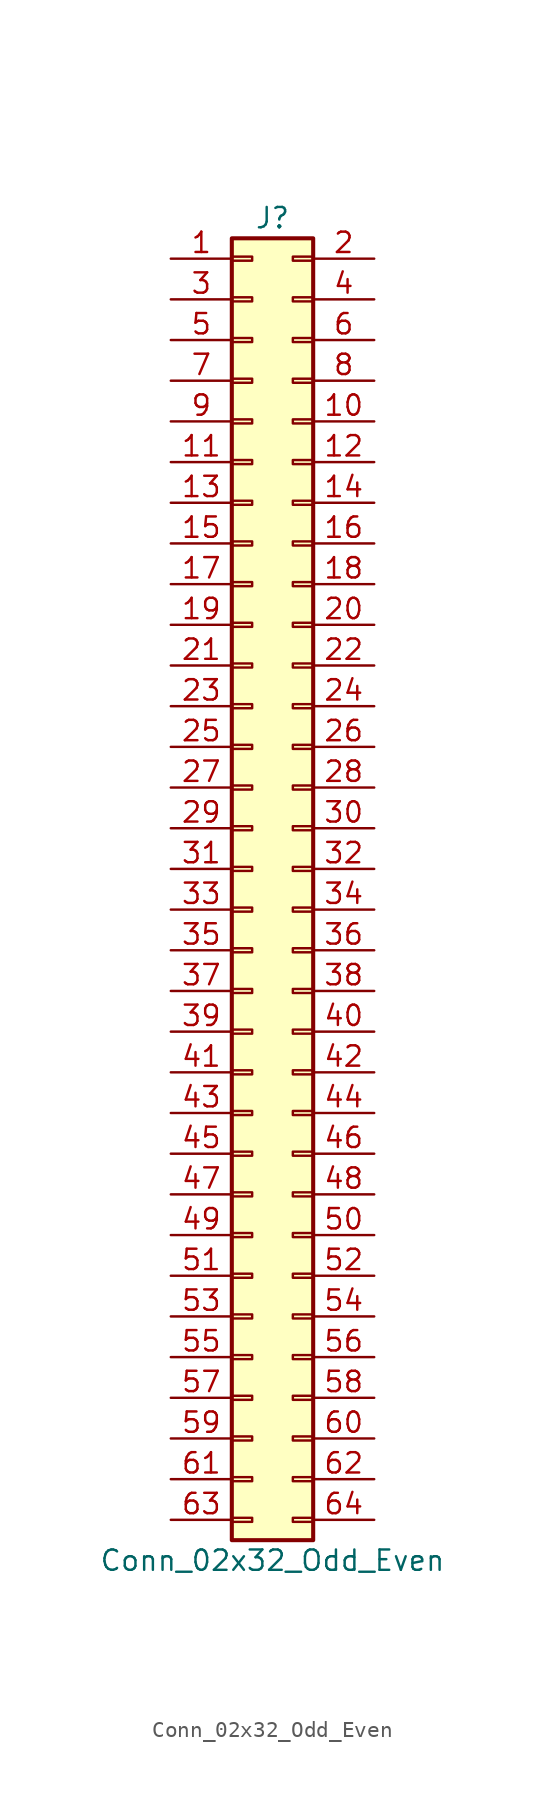
<source format=kicad_sym>
(kicad_symbol_lib
  (version 20201005)
  (generator kicad_symbol_editor)
  (symbol "Conn_02x32_Odd_Even"
    (pin_names
      (offset 1.016) hide)
    (property "Reference" "J"
      (at 1.27 40.64 0)
      (effects (font (size 1.27 1.27))))
    (property "Value" "Conn_02x32_Odd_Even"
      (at 1.27 -43.18 0)
      (effects (font (size 1.27 1.27))))
    (symbol "Conn_02x32_Odd_Even_1_1"
      (rectangle (start -1.27 -40.513) (end 0 -40.767) (stroke (width 0.152)) (fill (type none)))
      (rectangle (start -1.27 -37.973) (end 0 -38.227) (stroke (width 0.152)) (fill (type none)))
      (rectangle (start -1.27 -35.433) (end 0 -35.687) (stroke (width 0.152)) (fill (type none)))
      (rectangle (start -1.27 -32.893) (end 0 -33.147) (stroke (width 0.152)) (fill (type none)))
      (rectangle (start -1.27 -30.353) (end 0 -30.607) (stroke (width 0.152)) (fill (type none)))
      (rectangle (start -1.27 -27.813) (end 0 -28.067) (stroke (width 0.152)) (fill (type none)))
      (rectangle (start -1.27 -25.273) (end 0 -25.527) (stroke (width 0.152)) (fill (type none)))
      (rectangle (start -1.27 -22.733) (end 0 -22.987) (stroke (width 0.152)) (fill (type none)))
      (rectangle (start -1.27 -20.193) (end 0 -20.447) (stroke (width 0.152)) (fill (type none)))
      (rectangle (start -1.27 -17.653) (end 0 -17.907) (stroke (width 0.152)) (fill (type none)))
      (rectangle (start -1.27 -15.113) (end 0 -15.367) (stroke (width 0.152)) (fill (type none)))
      (rectangle (start -1.27 -12.573) (end 0 -12.827) (stroke (width 0.152)) (fill (type none)))
      (rectangle (start -1.27 -10.033) (end 0 -10.287) (stroke (width 0.152)) (fill (type none)))
      (rectangle (start -1.27 -7.493) (end 0 -7.747) (stroke (width 0.152)) (fill (type none)))
      (rectangle (start -1.27 -4.953) (end 0 -5.207) (stroke (width 0.152)) (fill (type none)))
      (rectangle (start -1.27 -2.413) (end 0 -2.667) (stroke (width 0.152)) (fill (type none)))
      (rectangle (start -1.27 0.127) (end 0 -0.127) (stroke (width 0.152)) (fill (type none)))
      (rectangle (start -1.27 2.667) (end 0 2.413) (stroke (width 0.152)) (fill (type none)))
      (rectangle (start -1.27 5.207) (end 0 4.953) (stroke (width 0.152)) (fill (type none)))
      (rectangle (start -1.27 7.747) (end 0 7.493) (stroke (width 0.152)) (fill (type none)))
      (rectangle (start -1.27 10.287) (end 0 10.033) (stroke (width 0.152)) (fill (type none)))
      (rectangle (start -1.27 12.827) (end 0 12.573) (stroke (width 0.152)) (fill (type none)))
      (rectangle (start -1.27 15.367) (end 0 15.113) (stroke (width 0.152)) (fill (type none)))
      (rectangle (start -1.27 17.907) (end 0 17.653) (stroke (width 0.152)) (fill (type none)))
      (rectangle (start -1.27 20.447) (end 0 20.193) (stroke (width 0.152)) (fill (type none)))
      (rectangle (start -1.27 22.987) (end 0 22.733) (stroke (width 0.152)) (fill (type none)))
      (rectangle (start -1.27 25.527) (end 0 25.273) (stroke (width 0.152)) (fill (type none)))
      (rectangle (start -1.27 28.067) (end 0 27.813) (stroke (width 0.152)) (fill (type none)))
      (rectangle (start -1.27 30.607) (end 0 30.353) (stroke (width 0.152)) (fill (type none)))
      (rectangle (start -1.27 33.147) (end 0 32.893) (stroke (width 0.152)) (fill (type none)))
      (rectangle (start -1.27 35.687) (end 0 35.433) (stroke (width 0.152)) (fill (type none)))
      (rectangle (start -1.27 38.227) (end 0 37.973) (stroke (width 0.152)) (fill (type none)))
      (rectangle (start -1.27 39.37) (end 3.81 -41.91) (stroke (width 0.254)) (fill (type background)))
      (rectangle (start 3.81 -40.513) (end 2.54 -40.767) (stroke (width 0.152)) (fill (type none)))
      (rectangle (start 3.81 -37.973) (end 2.54 -38.227) (stroke (width 0.152)) (fill (type none)))
      (rectangle (start 3.81 -35.433) (end 2.54 -35.687) (stroke (width 0.152)) (fill (type none)))
      (rectangle (start 3.81 -32.893) (end 2.54 -33.147) (stroke (width 0.152)) (fill (type none)))
      (rectangle (start 3.81 -30.353) (end 2.54 -30.607) (stroke (width 0.152)) (fill (type none)))
      (rectangle (start 3.81 -27.813) (end 2.54 -28.067) (stroke (width 0.152)) (fill (type none)))
      (rectangle (start 3.81 -25.273) (end 2.54 -25.527) (stroke (width 0.152)) (fill (type none)))
      (rectangle (start 3.81 -22.733) (end 2.54 -22.987) (stroke (width 0.152)) (fill (type none)))
      (rectangle (start 3.81 -20.193) (end 2.54 -20.447) (stroke (width 0.152)) (fill (type none)))
      (rectangle (start 3.81 -17.653) (end 2.54 -17.907) (stroke (width 0.152)) (fill (type none)))
      (rectangle (start 3.81 -15.113) (end 2.54 -15.367) (stroke (width 0.152)) (fill (type none)))
      (rectangle (start 3.81 -12.573) (end 2.54 -12.827) (stroke (width 0.152)) (fill (type none)))
      (rectangle (start 3.81 -10.033) (end 2.54 -10.287) (stroke (width 0.152)) (fill (type none)))
      (rectangle (start 3.81 -7.493) (end 2.54 -7.747) (stroke (width 0.152)) (fill (type none)))
      (rectangle (start 3.81 -4.953) (end 2.54 -5.207) (stroke (width 0.152)) (fill (type none)))
      (rectangle (start 3.81 -2.413) (end 2.54 -2.667) (stroke (width 0.152)) (fill (type none)))
      (rectangle (start 3.81 0.127) (end 2.54 -0.127) (stroke (width 0.152)) (fill (type none)))
      (rectangle (start 3.81 2.667) (end 2.54 2.413) (stroke (width 0.152)) (fill (type none)))
      (rectangle (start 3.81 5.207) (end 2.54 4.953) (stroke (width 0.152)) (fill (type none)))
      (rectangle (start 3.81 7.747) (end 2.54 7.493) (stroke (width 0.152)) (fill (type none)))
      (rectangle (start 3.81 10.287) (end 2.54 10.033) (stroke (width 0.152)) (fill (type none)))
      (rectangle (start 3.81 12.827) (end 2.54 12.573) (stroke (width 0.152)) (fill (type none)))
      (rectangle (start 3.81 15.367) (end 2.54 15.113) (stroke (width 0.152)) (fill (type none)))
      (rectangle (start 3.81 17.907) (end 2.54 17.653) (stroke (width 0.152)) (fill (type none)))
      (rectangle (start 3.81 20.447) (end 2.54 20.193) (stroke (width 0.152)) (fill (type none)))
      (rectangle (start 3.81 22.987) (end 2.54 22.733) (stroke (width 0.152)) (fill (type none)))
      (rectangle (start 3.81 25.527) (end 2.54 25.273) (stroke (width 0.152)) (fill (type none)))
      (rectangle (start 3.81 28.067) (end 2.54 27.813) (stroke (width 0.152)) (fill (type none)))
      (rectangle (start 3.81 30.607) (end 2.54 30.353) (stroke (width 0.152)) (fill (type none)))
      (rectangle (start 3.81 33.147) (end 2.54 32.893) (stroke (width 0.152)) (fill (type none)))
      (rectangle (start 3.81 35.687) (end 2.54 35.433) (stroke (width 0.152)) (fill (type none)))
      (rectangle (start 3.81 38.227) (end 2.54 37.973) (stroke (width 0.152)) (fill (type none)))
      (pin passive line (at -5.08 38.1 0) (length 3.81) (name "Pin_1" (effects (font (size 1.27 1.27)))) (number "1" (effects (font (size 1.27 1.27)))))
      (pin passive line (at 7.62 27.94 180) (length 3.81) (name "Pin_10" (effects (font (size 1.27 1.27)))) (number "10" (effects (font (size 1.27 1.27)))))
      (pin passive line (at -5.08 25.4 0) (length 3.81) (name "Pin_11" (effects (font (size 1.27 1.27)))) (number "11" (effects (font (size 1.27 1.27)))))
      (pin passive line (at 7.62 25.4 180) (length 3.81) (name "Pin_12" (effects (font (size 1.27 1.27)))) (number "12" (effects (font (size 1.27 1.27)))))
      (pin passive line (at -5.08 22.86 0) (length 3.81) (name "Pin_13" (effects (font (size 1.27 1.27)))) (number "13" (effects (font (size 1.27 1.27)))))
      (pin passive line (at 7.62 22.86 180) (length 3.81) (name "Pin_14" (effects (font (size 1.27 1.27)))) (number "14" (effects (font (size 1.27 1.27)))))
      (pin passive line (at -5.08 20.32 0) (length 3.81) (name "Pin_15" (effects (font (size 1.27 1.27)))) (number "15" (effects (font (size 1.27 1.27)))))
      (pin passive line (at 7.62 20.32 180) (length 3.81) (name "Pin_16" (effects (font (size 1.27 1.27)))) (number "16" (effects (font (size 1.27 1.27)))))
      (pin passive line (at -5.08 17.78 0) (length 3.81) (name "Pin_17" (effects (font (size 1.27 1.27)))) (number "17" (effects (font (size 1.27 1.27)))))
      (pin passive line (at 7.62 17.78 180) (length 3.81) (name "Pin_18" (effects (font (size 1.27 1.27)))) (number "18" (effects (font (size 1.27 1.27)))))
      (pin passive line (at -5.08 15.24 0) (length 3.81) (name "Pin_19" (effects (font (size 1.27 1.27)))) (number "19" (effects (font (size 1.27 1.27)))))
      (pin passive line (at 7.62 38.1 180) (length 3.81) (name "Pin_2" (effects (font (size 1.27 1.27)))) (number "2" (effects (font (size 1.27 1.27)))))
      (pin passive line (at 7.62 15.24 180) (length 3.81) (name "Pin_20" (effects (font (size 1.27 1.27)))) (number "20" (effects (font (size 1.27 1.27)))))
      (pin passive line (at -5.08 12.7 0) (length 3.81) (name "Pin_21" (effects (font (size 1.27 1.27)))) (number "21" (effects (font (size 1.27 1.27)))))
      (pin passive line (at 7.62 12.7 180) (length 3.81) (name "Pin_22" (effects (font (size 1.27 1.27)))) (number "22" (effects (font (size 1.27 1.27)))))
      (pin passive line (at -5.08 10.16 0) (length 3.81) (name "Pin_23" (effects (font (size 1.27 1.27)))) (number "23" (effects (font (size 1.27 1.27)))))
      (pin passive line (at 7.62 10.16 180) (length 3.81) (name "Pin_24" (effects (font (size 1.27 1.27)))) (number "24" (effects (font (size 1.27 1.27)))))
      (pin passive line (at -5.08 7.62 0) (length 3.81) (name "Pin_25" (effects (font (size 1.27 1.27)))) (number "25" (effects (font (size 1.27 1.27)))))
      (pin passive line (at 7.62 7.62 180) (length 3.81) (name "Pin_26" (effects (font (size 1.27 1.27)))) (number "26" (effects (font (size 1.27 1.27)))))
      (pin passive line (at -5.08 5.08 0) (length 3.81) (name "Pin_27" (effects (font (size 1.27 1.27)))) (number "27" (effects (font (size 1.27 1.27)))))
      (pin passive line (at 7.62 5.08 180) (length 3.81) (name "Pin_28" (effects (font (size 1.27 1.27)))) (number "28" (effects (font (size 1.27 1.27)))))
      (pin passive line (at -5.08 2.54 0) (length 3.81) (name "Pin_29" (effects (font (size 1.27 1.27)))) (number "29" (effects (font (size 1.27 1.27)))))
      (pin passive line (at -5.08 35.56 0) (length 3.81) (name "Pin_3" (effects (font (size 1.27 1.27)))) (number "3" (effects (font (size 1.27 1.27)))))
      (pin passive line (at 7.62 2.54 180) (length 3.81) (name "Pin_30" (effects (font (size 1.27 1.27)))) (number "30" (effects (font (size 1.27 1.27)))))
      (pin passive line (at -5.08 0 0) (length 3.81) (name "Pin_31" (effects (font (size 1.27 1.27)))) (number "31" (effects (font (size 1.27 1.27)))))
      (pin passive line (at 7.62 0 180) (length 3.81) (name "Pin_32" (effects (font (size 1.27 1.27)))) (number "32" (effects (font (size 1.27 1.27)))))
      (pin passive line (at -5.08 -2.54 0) (length 3.81) (name "Pin_33" (effects (font (size 1.27 1.27)))) (number "33" (effects (font (size 1.27 1.27)))))
      (pin passive line (at 7.62 -2.54 180) (length 3.81) (name "Pin_34" (effects (font (size 1.27 1.27)))) (number "34" (effects (font (size 1.27 1.27)))))
      (pin passive line (at -5.08 -5.08 0) (length 3.81) (name "Pin_35" (effects (font (size 1.27 1.27)))) (number "35" (effects (font (size 1.27 1.27)))))
      (pin passive line (at 7.62 -5.08 180) (length 3.81) (name "Pin_36" (effects (font (size 1.27 1.27)))) (number "36" (effects (font (size 1.27 1.27)))))
      (pin passive line (at -5.08 -7.62 0) (length 3.81) (name "Pin_37" (effects (font (size 1.27 1.27)))) (number "37" (effects (font (size 1.27 1.27)))))
      (pin passive line (at 7.62 -7.62 180) (length 3.81) (name "Pin_38" (effects (font (size 1.27 1.27)))) (number "38" (effects (font (size 1.27 1.27)))))
      (pin passive line (at -5.08 -10.16 0) (length 3.81) (name "Pin_39" (effects (font (size 1.27 1.27)))) (number "39" (effects (font (size 1.27 1.27)))))
      (pin passive line (at 7.62 35.56 180) (length 3.81) (name "Pin_4" (effects (font (size 1.27 1.27)))) (number "4" (effects (font (size 1.27 1.27)))))
      (pin passive line (at 7.62 -10.16 180) (length 3.81) (name "Pin_40" (effects (font (size 1.27 1.27)))) (number "40" (effects (font (size 1.27 1.27)))))
      (pin passive line (at -5.08 -12.7 0) (length 3.81) (name "Pin_41" (effects (font (size 1.27 1.27)))) (number "41" (effects (font (size 1.27 1.27)))))
      (pin passive line (at 7.62 -12.7 180) (length 3.81) (name "Pin_42" (effects (font (size 1.27 1.27)))) (number "42" (effects (font (size 1.27 1.27)))))
      (pin passive line (at -5.08 -15.24 0) (length 3.81) (name "Pin_43" (effects (font (size 1.27 1.27)))) (number "43" (effects (font (size 1.27 1.27)))))
      (pin passive line (at 7.62 -15.24 180) (length 3.81) (name "Pin_44" (effects (font (size 1.27 1.27)))) (number "44" (effects (font (size 1.27 1.27)))))
      (pin passive line (at -5.08 -17.78 0) (length 3.81) (name "Pin_45" (effects (font (size 1.27 1.27)))) (number "45" (effects (font (size 1.27 1.27)))))
      (pin passive line (at 7.62 -17.78 180) (length 3.81) (name "Pin_46" (effects (font (size 1.27 1.27)))) (number "46" (effects (font (size 1.27 1.27)))))
      (pin passive line (at -5.08 -20.32 0) (length 3.81) (name "Pin_47" (effects (font (size 1.27 1.27)))) (number "47" (effects (font (size 1.27 1.27)))))
      (pin passive line (at 7.62 -20.32 180) (length 3.81) (name "Pin_48" (effects (font (size 1.27 1.27)))) (number "48" (effects (font (size 1.27 1.27)))))
      (pin passive line (at -5.08 -22.86 0) (length 3.81) (name "Pin_49" (effects (font (size 1.27 1.27)))) (number "49" (effects (font (size 1.27 1.27)))))
      (pin passive line (at -5.08 33.02 0) (length 3.81) (name "Pin_5" (effects (font (size 1.27 1.27)))) (number "5" (effects (font (size 1.27 1.27)))))
      (pin passive line (at 7.62 -22.86 180) (length 3.81) (name "Pin_50" (effects (font (size 1.27 1.27)))) (number "50" (effects (font (size 1.27 1.27)))))
      (pin passive line (at -5.08 -25.4 0) (length 3.81) (name "Pin_51" (effects (font (size 1.27 1.27)))) (number "51" (effects (font (size 1.27 1.27)))))
      (pin passive line (at 7.62 -25.4 180) (length 3.81) (name "Pin_52" (effects (font (size 1.27 1.27)))) (number "52" (effects (font (size 1.27 1.27)))))
      (pin passive line (at -5.08 -27.94 0) (length 3.81) (name "Pin_53" (effects (font (size 1.27 1.27)))) (number "53" (effects (font (size 1.27 1.27)))))
      (pin passive line (at 7.62 -27.94 180) (length 3.81) (name "Pin_54" (effects (font (size 1.27 1.27)))) (number "54" (effects (font (size 1.27 1.27)))))
      (pin passive line (at -5.08 -30.48 0) (length 3.81) (name "Pin_55" (effects (font (size 1.27 1.27)))) (number "55" (effects (font (size 1.27 1.27)))))
      (pin passive line (at 7.62 -30.48 180) (length 3.81) (name "Pin_56" (effects (font (size 1.27 1.27)))) (number "56" (effects (font (size 1.27 1.27)))))
      (pin passive line (at -5.08 -33.02 0) (length 3.81) (name "Pin_57" (effects (font (size 1.27 1.27)))) (number "57" (effects (font (size 1.27 1.27)))))
      (pin passive line (at 7.62 -33.02 180) (length 3.81) (name "Pin_58" (effects (font (size 1.27 1.27)))) (number "58" (effects (font (size 1.27 1.27)))))
      (pin passive line (at -5.08 -35.56 0) (length 3.81) (name "Pin_59" (effects (font (size 1.27 1.27)))) (number "59" (effects (font (size 1.27 1.27)))))
      (pin passive line (at 7.62 33.02 180) (length 3.81) (name "Pin_6" (effects (font (size 1.27 1.27)))) (number "6" (effects (font (size 1.27 1.27)))))
      (pin passive line (at 7.62 -35.56 180) (length 3.81) (name "Pin_60" (effects (font (size 1.27 1.27)))) (number "60" (effects (font (size 1.27 1.27)))))
      (pin passive line (at -5.08 -38.1 0) (length 3.81) (name "Pin_61" (effects (font (size 1.27 1.27)))) (number "61" (effects (font (size 1.27 1.27)))))
      (pin passive line (at 7.62 -38.1 180) (length 3.81) (name "Pin_62" (effects (font (size 1.27 1.27)))) (number "62" (effects (font (size 1.27 1.27)))))
      (pin passive line (at -5.08 -40.64 0) (length 3.81) (name "Pin_63" (effects (font (size 1.27 1.27)))) (number "63" (effects (font (size 1.27 1.27)))))
      (pin passive line (at 7.62 -40.64 180) (length 3.81) (name "Pin_64" (effects (font (size 1.27 1.27)))) (number "64" (effects (font (size 1.27 1.27)))))
      (pin passive line (at -5.08 30.48 0) (length 3.81) (name "Pin_7" (effects (font (size 1.27 1.27)))) (number "7" (effects (font (size 1.27 1.27)))))
      (pin passive line (at 7.62 30.48 180) (length 3.81) (name "Pin_8" (effects (font (size 1.27 1.27)))) (number "8" (effects (font (size 1.27 1.27)))))
      (pin passive line (at -5.08 27.94 0) (length 3.81) (name "Pin_9" (effects (font (size 1.27 1.27)))) (number "9" (effects (font (size 1.27 1.27))))))))
</source>
